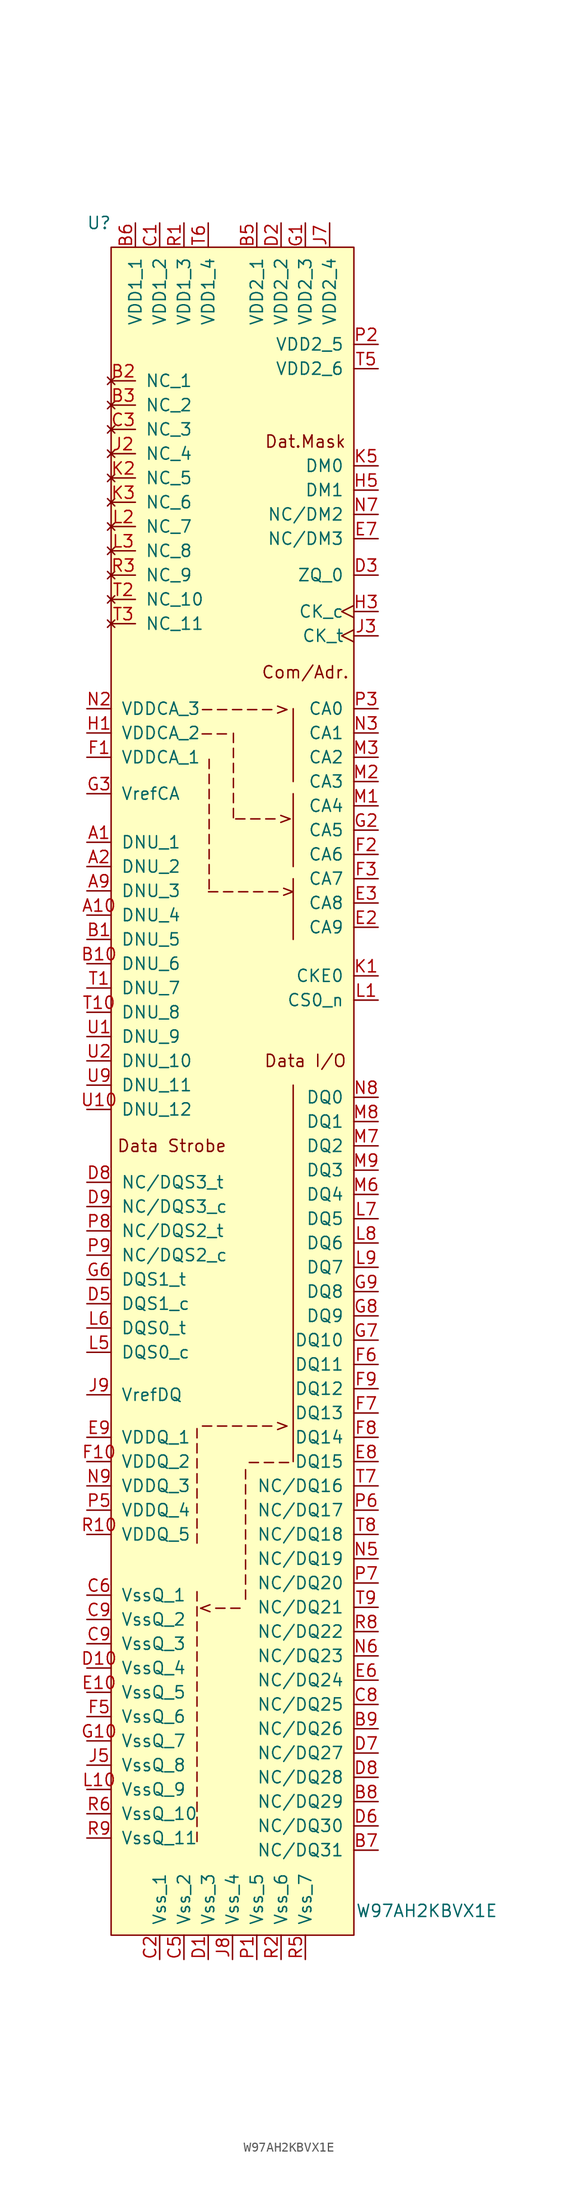
<source format=kicad_sym>
(kicad_symbol_lib
  (version 20211014)
  (generator kicad_symbol_editor)
  (symbol "W97AH2KBVX1E"
    (pin_names
      (offset 1.016))
    (property "Reference" "U"
      (at -13.97 76.2 0)
      (effects (font (size 1.27 1.27))))
    (property "Value" "W97AH2KBVX1E"
      (at 20.32 -100.33 0)
      (effects (font (size 1.27 1.27))))
    (symbol "W97AH2KBVX1E_0_0"
      (polyline (pts (xy 6.35 -53.34) (xy 6.35 -13.97)) (stroke (width 0) (type default) (color 0 0 0 0)) (fill (type none)))
      (polyline (pts (xy 6.35 17.78) (xy 6.35 25.4)) (stroke (width 0) (type default) (color 0 0 0 0)) (fill (type none)))
      (text "--------" (at -3.81 -55.88 900) (effects (font (size 1.27 1.27))))
      (text "----->" (at 1.27 -49.53 0) (effects (font (size 1.27 1.27))))
      (text "Com/Adr." (at 7.62 29.21 0) (effects (font (size 1.27 1.27))))
      (text "Dat.Mask" (at 7.62 53.34 0) (effects (font (size 1.27 1.27))))
      (text "Data I/O" (at 7.62 -11.43 0) (effects (font (size 1.27 1.27))))
      (text "Data Strobe" (at -6.35 -20.32 0) (effects (font (size 1.27 1.27)))))
    (symbol "W97AH2KBVX1E_0_1"
      (rectangle (start -12.7 73.66) (end 12.7 -102.87) (stroke (width 0) (type default) (color 0 0 0 0)) (fill (type background))))
    (symbol "W97AH2KBVX1E_1_1"
      (polyline (pts (xy 6.35 1.27) (xy 6.35 7.62)) (stroke (width 0) (type default) (color 0 0 0 0)) (fill (type none)))
      (polyline (pts (xy 6.35 8.89) (xy 6.35 16.51)) (stroke (width 0) (type default) (color 0 0 0 0)) (fill (type none)))
      (text "--" (at -1.905 22.86 0) (effects (font (size 1.27 1.27))))
      (text "---" (at 3.81 -53.34 0) (effects (font (size 1.27 1.27))))
      (text "------" (at 0 18.415 900) (effects (font (size 1.27 1.27))))
      (text "---------" (at -2.54 13.335 900) (effects (font (size 1.27 1.27))))
      (text "---------" (at 1.27 -60.96 900) (effects (font (size 1.27 1.27))))
      (text "-----------------" (at -3.81 -80.01 900) (effects (font (size 1.27 1.27))))
      (text "----->" (at 1.27 25.4 0) (effects (font (size 1.27 1.27))))
      (text "----->" (at 1.905 6.35 0) (effects (font (size 1.27 1.27))))
      (text "--->" (at 3.175 13.97 0) (effects (font (size 1.27 1.27))))
      (text "<--" (at -1.27 -68.58 0) (effects (font (size 1.27 1.27))))
      (pin passive line (at -15.24 11.43 0) (length 2.54) (name "DNU_1" (effects (font (size 1.27 1.27)))) (number "A1" (effects (font (size 1.27 1.27)))))
      (pin passive line (at -15.24 3.81 0) (length 2.54) (name "DNU_4" (effects (font (size 1.27 1.27)))) (number "A10" (effects (font (size 1.27 1.27)))))
      (pin passive line (at -15.24 8.89 0) (length 2.54) (name "DNU_2" (effects (font (size 1.27 1.27)))) (number "A2" (effects (font (size 1.27 1.27)))))
      (pin passive line (at -15.24 6.35 0) (length 2.54) (name "DNU_3" (effects (font (size 1.27 1.27)))) (number "A9" (effects (font (size 1.27 1.27)))))
      (pin passive line (at -15.24 1.27 0) (length 2.54) (name "DNU_5" (effects (font (size 1.27 1.27)))) (number "B1" (effects (font (size 1.27 1.27)))))
      (pin passive line (at -15.24 -1.27 0) (length 2.54) (name "DNU_6" (effects (font (size 1.27 1.27)))) (number "B10" (effects (font (size 1.27 1.27)))))
      (pin no_connect line (at -12.7 59.69 0) (length 2.54) (name "NC_1" (effects (font (size 1.27 1.27)))) (number "B2" (effects (font (size 1.27 1.27)))))
      (pin no_connect line (at -12.7 57.15 0) (length 2.54) (name "NC_2" (effects (font (size 1.27 1.27)))) (number "B3" (effects (font (size 1.27 1.27)))))
      (pin power_in line (at 2.54 76.2 270) (length 2.54) (name "VDD2_1" (effects (font (size 1.27 1.27)))) (number "B5" (effects (font (size 1.27 1.27)))))
      (pin power_in line (at -10.16 76.2 270) (length 2.54) (name "VDD1_1" (effects (font (size 1.27 1.27)))) (number "B6" (effects (font (size 1.27 1.27)))))
      (pin passive line (at 15.24 -93.98 180) (length 2.54) (name "NC/DQ31" (effects (font (size 1.27 1.27)))) (number "B7" (effects (font (size 1.27 1.27)))))
      (pin passive line (at 15.24 -88.9 180) (length 2.54) (name "NC/DQ29" (effects (font (size 1.27 1.27)))) (number "B8" (effects (font (size 1.27 1.27)))))
      (pin passive line (at 15.24 -81.28 180) (length 2.54) (name "NC/DQ26" (effects (font (size 1.27 1.27)))) (number "B9" (effects (font (size 1.27 1.27)))))
      (pin power_in line (at -7.62 76.2 270) (length 2.54) (name "VDD1_2" (effects (font (size 1.27 1.27)))) (number "C1" (effects (font (size 1.27 1.27)))))
      (pin power_in line (at -7.62 -105.41 90) (length 2.54) (name "Vss_1" (effects (font (size 1.27 1.27)))) (number "C2" (effects (font (size 1.27 1.27)))))
      (pin no_connect line (at -12.7 54.61 0) (length 2.54) (name "NC_3" (effects (font (size 1.27 1.27)))) (number "C3" (effects (font (size 1.27 1.27)))))
      (pin power_in line (at -5.08 -105.41 90) (length 2.54) (name "Vss_2" (effects (font (size 1.27 1.27)))) (number "C5" (effects (font (size 1.27 1.27)))))
      (pin power_in line (at -15.24 -67.31 0) (length 2.54) (name "VssQ_1" (effects (font (size 1.27 1.27)))) (number "C6" (effects (font (size 1.27 1.27)))))
      (pin passive line (at 15.24 -78.74 180) (length 2.54) (name "NC/DQ25" (effects (font (size 1.27 1.27)))) (number "C8" (effects (font (size 1.27 1.27)))))
      (pin power_in line (at -15.24 -69.85 0) (length 2.54) (name "VssQ_2" (effects (font (size 1.27 1.27)))) (number "C9" (effects (font (size 1.27 1.27)))))
      (pin power_in line (at -15.24 -72.39 0) (length 2.54) (name "VssQ_3" (effects (font (size 1.27 1.27)))) (number "C9" (effects (font (size 1.27 1.27)))))
      (pin power_in line (at -2.54 -105.41 90) (length 2.54) (name "Vss_3" (effects (font (size 1.27 1.27)))) (number "D1" (effects (font (size 1.27 1.27)))))
      (pin power_in line (at -15.24 -74.93 0) (length 2.54) (name "VssQ_4" (effects (font (size 1.27 1.27)))) (number "D10" (effects (font (size 1.27 1.27)))))
      (pin power_in line (at 5.08 76.2 270) (length 2.54) (name "VDD2_2" (effects (font (size 1.27 1.27)))) (number "D2" (effects (font (size 1.27 1.27)))))
      (pin passive line (at 15.24 39.37 180) (length 2.54) (name "ZQ_0" (effects (font (size 1.27 1.27)))) (number "D3" (effects (font (size 1.27 1.27)))))
      (pin bidirectional line (at -15.24 -36.83 0) (length 2.54) (name "DQS1_c" (effects (font (size 1.27 1.27)))) (number "D5" (effects (font (size 1.27 1.27)))))
      (pin passive line (at 15.24 -91.44 180) (length 2.54) (name "NC/DQ30" (effects (font (size 1.27 1.27)))) (number "D6" (effects (font (size 1.27 1.27)))))
      (pin passive line (at 15.24 -83.82 180) (length 2.54) (name "NC/DQ27" (effects (font (size 1.27 1.27)))) (number "D7" (effects (font (size 1.27 1.27)))))
      (pin passive line (at 15.24 -86.36 180) (length 2.54) (name "NC/DQ28" (effects (font (size 1.27 1.27)))) (number "D8" (effects (font (size 1.27 1.27)))))
      (pin passive line (at -15.24 -24.13 0) (length 2.54) (name "NC/DQS3_t" (effects (font (size 1.27 1.27)))) (number "D8" (effects (font (size 1.27 1.27)))))
      (pin passive line (at -15.24 -26.67 0) (length 2.54) (name "NC/DQS3_c" (effects (font (size 1.27 1.27)))) (number "D9" (effects (font (size 1.27 1.27)))))
      (pin power_in line (at -15.24 -77.47 0) (length 2.54) (name "VssQ_5" (effects (font (size 1.27 1.27)))) (number "E10" (effects (font (size 1.27 1.27)))))
      (pin input line (at 15.24 2.54 180) (length 2.54) (name "CA9" (effects (font (size 1.27 1.27)))) (number "E2" (effects (font (size 1.27 1.27)))))
      (pin input line (at 15.24 5.08 180) (length 2.54) (name "CA8" (effects (font (size 1.27 1.27)))) (number "E3" (effects (font (size 1.27 1.27)))))
      (pin passive line (at 15.24 -76.2 180) (length 2.54) (name "NC/DQ24" (effects (font (size 1.27 1.27)))) (number "E6" (effects (font (size 1.27 1.27)))))
      (pin passive line (at 15.24 43.18 180) (length 2.54) (name "NC/DM3" (effects (font (size 1.27 1.27)))) (number "E7" (effects (font (size 1.27 1.27)))))
      (pin bidirectional line (at 15.24 -53.34 180) (length 2.54) (name "DQ15" (effects (font (size 1.27 1.27)))) (number "E8" (effects (font (size 1.27 1.27)))))
      (pin power_in line (at -15.24 -50.8 0) (length 2.54) (name "VDDQ_1" (effects (font (size 1.27 1.27)))) (number "E9" (effects (font (size 1.27 1.27)))))
      (pin power_in line (at -15.24 20.32 0) (length 2.54) (name "VDDCA_1" (effects (font (size 1.27 1.27)))) (number "F1" (effects (font (size 1.27 1.27)))))
      (pin power_in line (at -15.24 -53.34 0) (length 2.54) (name "VDDQ_2" (effects (font (size 1.27 1.27)))) (number "F10" (effects (font (size 1.27 1.27)))))
      (pin input line (at 15.24 10.16 180) (length 2.54) (name "CA6" (effects (font (size 1.27 1.27)))) (number "F2" (effects (font (size 1.27 1.27)))))
      (pin input line (at 15.24 7.62 180) (length 2.54) (name "CA7" (effects (font (size 1.27 1.27)))) (number "F3" (effects (font (size 1.27 1.27)))))
      (pin power_in line (at -15.24 -80.01 0) (length 2.54) (name "VssQ_6" (effects (font (size 1.27 1.27)))) (number "F5" (effects (font (size 1.27 1.27)))))
      (pin bidirectional line (at 15.24 -43.18 180) (length 2.54) (name "DQ11" (effects (font (size 1.27 1.27)))) (number "F6" (effects (font (size 1.27 1.27)))))
      (pin bidirectional line (at 15.24 -48.26 180) (length 2.54) (name "DQ13" (effects (font (size 1.27 1.27)))) (number "F7" (effects (font (size 1.27 1.27)))))
      (pin bidirectional line (at 15.24 -50.8 180) (length 2.54) (name "DQ14" (effects (font (size 1.27 1.27)))) (number "F8" (effects (font (size 1.27 1.27)))))
      (pin bidirectional line (at 15.24 -45.72 180) (length 2.54) (name "DQ12" (effects (font (size 1.27 1.27)))) (number "F9" (effects (font (size 1.27 1.27)))))
      (pin power_in line (at 7.62 76.2 270) (length 2.54) (name "VDD2_3" (effects (font (size 1.27 1.27)))) (number "G1" (effects (font (size 1.27 1.27)))))
      (pin power_in line (at -15.24 -82.55 0) (length 2.54) (name "VssQ_7" (effects (font (size 1.27 1.27)))) (number "G10" (effects (font (size 1.27 1.27)))))
      (pin input line (at 15.24 12.7 180) (length 2.54) (name "CA5" (effects (font (size 1.27 1.27)))) (number "G2" (effects (font (size 1.27 1.27)))))
      (pin power_in line (at -15.24 16.51 0) (length 2.54) (name "VrefCA" (effects (font (size 1.27 1.27)))) (number "G3" (effects (font (size 1.27 1.27)))))
      (pin bidirectional line (at -15.24 -34.29 0) (length 2.54) (name "DQS1_t" (effects (font (size 1.27 1.27)))) (number "G6" (effects (font (size 1.27 1.27)))))
      (pin bidirectional line (at 15.24 -40.64 180) (length 2.54) (name "DQ10" (effects (font (size 1.27 1.27)))) (number "G7" (effects (font (size 1.27 1.27)))))
      (pin bidirectional line (at 15.24 -38.1 180) (length 2.54) (name "DQ9" (effects (font (size 1.27 1.27)))) (number "G8" (effects (font (size 1.27 1.27)))))
      (pin bidirectional line (at 15.24 -35.56 180) (length 2.54) (name "DQ8" (effects (font (size 1.27 1.27)))) (number "G9" (effects (font (size 1.27 1.27)))))
      (pin power_in line (at -15.24 22.86 0) (length 2.54) (name "VDDCA_2" (effects (font (size 1.27 1.27)))) (number "H1" (effects (font (size 1.27 1.27)))))
      (pin input clock (at 15.24 35.56 180) (length 2.54) (name "CK_c" (effects (font (size 1.27 1.27)))) (number "H3" (effects (font (size 1.27 1.27)))))
      (pin input line (at 15.24 48.26 180) (length 2.54) (name "DM1" (effects (font (size 1.27 1.27)))) (number "H5" (effects (font (size 1.27 1.27)))))
      (pin no_connect line (at -12.7 52.07 0) (length 2.54) (name "NC_4" (effects (font (size 1.27 1.27)))) (number "J2" (effects (font (size 1.27 1.27)))))
      (pin input clock (at 15.24 33.02 180) (length 2.54) (name "CK_t" (effects (font (size 1.27 1.27)))) (number "J3" (effects (font (size 1.27 1.27)))))
      (pin power_in line (at -15.24 -85.09 0) (length 2.54) (name "VssQ_8" (effects (font (size 1.27 1.27)))) (number "J5" (effects (font (size 1.27 1.27)))))
      (pin power_in line (at 10.16 76.2 270) (length 2.54) (name "VDD2_4" (effects (font (size 1.27 1.27)))) (number "J7" (effects (font (size 1.27 1.27)))))
      (pin power_in line (at 0 -105.41 90) (length 2.54) (name "Vss_4" (effects (font (size 1.27 1.27)))) (number "J8" (effects (font (size 1.27 1.27)))))
      (pin power_in line (at -15.24 -46.355 0) (length 2.54) (name "VrefDQ" (effects (font (size 1.27 1.27)))) (number "J9" (effects (font (size 1.27 1.27)))))
      (pin input line (at 15.24 -2.54 180) (length 2.54) (name "CKE0" (effects (font (size 1.27 1.27)))) (number "K1" (effects (font (size 1.27 1.27)))))
      (pin no_connect line (at -12.7 49.53 0) (length 2.54) (name "NC_5" (effects (font (size 1.27 1.27)))) (number "K2" (effects (font (size 1.27 1.27)))))
      (pin no_connect line (at -12.7 46.99 0) (length 2.54) (name "NC_6" (effects (font (size 1.27 1.27)))) (number "K3" (effects (font (size 1.27 1.27)))))
      (pin input line (at 15.24 50.8 180) (length 2.54) (name "DM0" (effects (font (size 1.27 1.27)))) (number "K5" (effects (font (size 1.27 1.27)))))
      (pin input line (at 15.24 -5.08 180) (length 2.54) (name "CS0_n" (effects (font (size 1.27 1.27)))) (number "L1" (effects (font (size 1.27 1.27)))))
      (pin power_in line (at -15.24 -87.63 0) (length 2.54) (name "VssQ_9" (effects (font (size 1.27 1.27)))) (number "L10" (effects (font (size 1.27 1.27)))))
      (pin no_connect line (at -12.7 44.45 0) (length 2.54) (name "NC_7" (effects (font (size 1.27 1.27)))) (number "L2" (effects (font (size 1.27 1.27)))))
      (pin no_connect line (at -12.7 41.91 0) (length 2.54) (name "NC_8" (effects (font (size 1.27 1.27)))) (number "L3" (effects (font (size 1.27 1.27)))))
      (pin bidirectional line (at -15.24 -41.91 0) (length 2.54) (name "DQS0_c" (effects (font (size 1.27 1.27)))) (number "L5" (effects (font (size 1.27 1.27)))))
      (pin bidirectional line (at -15.24 -39.37 0) (length 2.54) (name "DQS0_t" (effects (font (size 1.27 1.27)))) (number "L6" (effects (font (size 1.27 1.27)))))
      (pin bidirectional line (at 15.24 -27.94 180) (length 2.54) (name "DQ5" (effects (font (size 1.27 1.27)))) (number "L7" (effects (font (size 1.27 1.27)))))
      (pin bidirectional line (at 15.24 -30.48 180) (length 2.54) (name "DQ6" (effects (font (size 1.27 1.27)))) (number "L8" (effects (font (size 1.27 1.27)))))
      (pin bidirectional line (at 15.24 -33.02 180) (length 2.54) (name "DQ7" (effects (font (size 1.27 1.27)))) (number "L9" (effects (font (size 1.27 1.27)))))
      (pin input line (at 15.24 15.24 180) (length 2.54) (name "CA4" (effects (font (size 1.27 1.27)))) (number "M1" (effects (font (size 1.27 1.27)))))
      (pin input line (at 15.24 17.78 180) (length 2.54) (name "CA3" (effects (font (size 1.27 1.27)))) (number "M2" (effects (font (size 1.27 1.27)))))
      (pin input line (at 15.24 20.32 180) (length 2.54) (name "CA2" (effects (font (size 1.27 1.27)))) (number "M3" (effects (font (size 1.27 1.27)))))
      (pin bidirectional line (at 15.24 -25.4 180) (length 2.54) (name "DQ4" (effects (font (size 1.27 1.27)))) (number "M6" (effects (font (size 1.27 1.27)))))
      (pin bidirectional line (at 15.24 -20.32 180) (length 2.54) (name "DQ2" (effects (font (size 1.27 1.27)))) (number "M7" (effects (font (size 1.27 1.27)))))
      (pin bidirectional line (at 15.24 -17.78 180) (length 2.54) (name "DQ1" (effects (font (size 1.27 1.27)))) (number "M8" (effects (font (size 1.27 1.27)))))
      (pin bidirectional line (at 15.24 -22.86 180) (length 2.54) (name "DQ3" (effects (font (size 1.27 1.27)))) (number "M9" (effects (font (size 1.27 1.27)))))
      (pin power_in line (at -15.24 25.4 0) (length 2.54) (name "VDDCA_3" (effects (font (size 1.27 1.27)))) (number "N2" (effects (font (size 1.27 1.27)))))
      (pin input line (at 15.24 22.86 180) (length 2.54) (name "CA1" (effects (font (size 1.27 1.27)))) (number "N3" (effects (font (size 1.27 1.27)))))
      (pin passive line (at 15.24 -63.5 180) (length 2.54) (name "NC/DQ19" (effects (font (size 1.27 1.27)))) (number "N5" (effects (font (size 1.27 1.27)))))
      (pin passive line (at 15.24 -73.66 180) (length 2.54) (name "NC/DQ23" (effects (font (size 1.27 1.27)))) (number "N6" (effects (font (size 1.27 1.27)))))
      (pin passive line (at 15.24 45.72 180) (length 2.54) (name "NC/DM2" (effects (font (size 1.27 1.27)))) (number "N7" (effects (font (size 1.27 1.27)))))
      (pin bidirectional line (at 15.24 -15.24 180) (length 2.54) (name "DQ0" (effects (font (size 1.27 1.27)))) (number "N8" (effects (font (size 1.27 1.27)))))
      (pin power_in line (at -15.24 -55.88 0) (length 2.54) (name "VDDQ_3" (effects (font (size 1.27 1.27)))) (number "N9" (effects (font (size 1.27 1.27)))))
      (pin power_in line (at 2.54 -105.41 90) (length 2.54) (name "Vss_5" (effects (font (size 1.27 1.27)))) (number "P1" (effects (font (size 1.27 1.27)))))
      (pin power_in line (at 15.24 63.5 180) (length 2.54) (name "VDD2_5" (effects (font (size 1.27 1.27)))) (number "P2" (effects (font (size 1.27 1.27)))))
      (pin input line (at 15.24 25.4 180) (length 2.54) (name "CA0" (effects (font (size 1.27 1.27)))) (number "P3" (effects (font (size 1.27 1.27)))))
      (pin power_in line (at -15.24 -58.42 0) (length 2.54) (name "VDDQ_4" (effects (font (size 1.27 1.27)))) (number "P5" (effects (font (size 1.27 1.27)))))
      (pin passive line (at 15.24 -58.42 180) (length 2.54) (name "NC/DQ17" (effects (font (size 1.27 1.27)))) (number "P6" (effects (font (size 1.27 1.27)))))
      (pin passive line (at 15.24 -66.04 180) (length 2.54) (name "NC/DQ20" (effects (font (size 1.27 1.27)))) (number "P7" (effects (font (size 1.27 1.27)))))
      (pin passive line (at -15.24 -29.21 0) (length 2.54) (name "NC/DQS2_t" (effects (font (size 1.27 1.27)))) (number "P8" (effects (font (size 1.27 1.27)))))
      (pin passive line (at -15.24 -31.75 0) (length 2.54) (name "NC/DQS2_c" (effects (font (size 1.27 1.27)))) (number "P9" (effects (font (size 1.27 1.27)))))
      (pin power_in line (at -5.08 76.2 270) (length 2.54) (name "VDD1_3" (effects (font (size 1.27 1.27)))) (number "R1" (effects (font (size 1.27 1.27)))))
      (pin power_in line (at -15.24 -60.96 0) (length 2.54) (name "VDDQ_5" (effects (font (size 1.27 1.27)))) (number "R10" (effects (font (size 1.27 1.27)))))
      (pin power_in line (at 5.08 -105.41 90) (length 2.54) (name "Vss_6" (effects (font (size 1.27 1.27)))) (number "R2" (effects (font (size 1.27 1.27)))))
      (pin no_connect line (at -12.7 39.37 0) (length 2.54) (name "NC_9" (effects (font (size 1.27 1.27)))) (number "R3" (effects (font (size 1.27 1.27)))))
      (pin power_in line (at 7.62 -105.41 90) (length 2.54) (name "Vss_7" (effects (font (size 1.27 1.27)))) (number "R5" (effects (font (size 1.27 1.27)))))
      (pin power_in line (at -15.24 -90.17 0) (length 2.54) (name "VssQ_10" (effects (font (size 1.27 1.27)))) (number "R6" (effects (font (size 1.27 1.27)))))
      (pin passive line (at 15.24 -71.12 180) (length 2.54) (name "NC/DQ22" (effects (font (size 1.27 1.27)))) (number "R8" (effects (font (size 1.27 1.27)))))
      (pin power_in line (at -15.24 -92.71 0) (length 2.54) (name "VssQ_11" (effects (font (size 1.27 1.27)))) (number "R9" (effects (font (size 1.27 1.27)))))
      (pin passive line (at -15.24 -3.81 0) (length 2.54) (name "DNU_7" (effects (font (size 1.27 1.27)))) (number "T1" (effects (font (size 1.27 1.27)))))
      (pin passive line (at -15.24 -6.35 0) (length 2.54) (name "DNU_8" (effects (font (size 1.27 1.27)))) (number "T10" (effects (font (size 1.27 1.27)))))
      (pin no_connect line (at -12.7 36.83 0) (length 2.54) (name "NC_10" (effects (font (size 1.27 1.27)))) (number "T2" (effects (font (size 1.27 1.27)))))
      (pin no_connect line (at -12.7 34.29 0) (length 2.54) (name "NC_11" (effects (font (size 1.27 1.27)))) (number "T3" (effects (font (size 1.27 1.27)))))
      (pin power_in line (at 15.24 60.96 180) (length 2.54) (name "VDD2_6" (effects (font (size 1.27 1.27)))) (number "T5" (effects (font (size 1.27 1.27)))))
      (pin power_in line (at -2.54 76.2 270) (length 2.54) (name "VDD1_4" (effects (font (size 1.27 1.27)))) (number "T6" (effects (font (size 1.27 1.27)))))
      (pin passive line (at 15.24 -55.88 180) (length 2.54) (name "NC/DQ16" (effects (font (size 1.27 1.27)))) (number "T7" (effects (font (size 1.27 1.27)))))
      (pin passive line (at 15.24 -60.96 180) (length 2.54) (name "NC/DQ18" (effects (font (size 1.27 1.27)))) (number "T8" (effects (font (size 1.27 1.27)))))
      (pin passive line (at 15.24 -68.58 180) (length 2.54) (name "NC/DQ21" (effects (font (size 1.27 1.27)))) (number "T9" (effects (font (size 1.27 1.27)))))
      (pin passive line (at -15.24 -8.89 0) (length 2.54) (name "DNU_9" (effects (font (size 1.27 1.27)))) (number "U1" (effects (font (size 1.27 1.27)))))
      (pin passive line (at -15.24 -16.51 0) (length 2.54) (name "DNU_12" (effects (font (size 1.27 1.27)))) (number "U10" (effects (font (size 1.27 1.27)))))
      (pin passive line (at -15.24 -11.43 0) (length 2.54) (name "DNU_10" (effects (font (size 1.27 1.27)))) (number "U2" (effects (font (size 1.27 1.27)))))
      (pin passive line (at -15.24 -13.97 0) (length 2.54) (name "DNU_11" (effects (font (size 1.27 1.27)))) (number "U9" (effects (font (size 1.27 1.27))))))))
</source>
